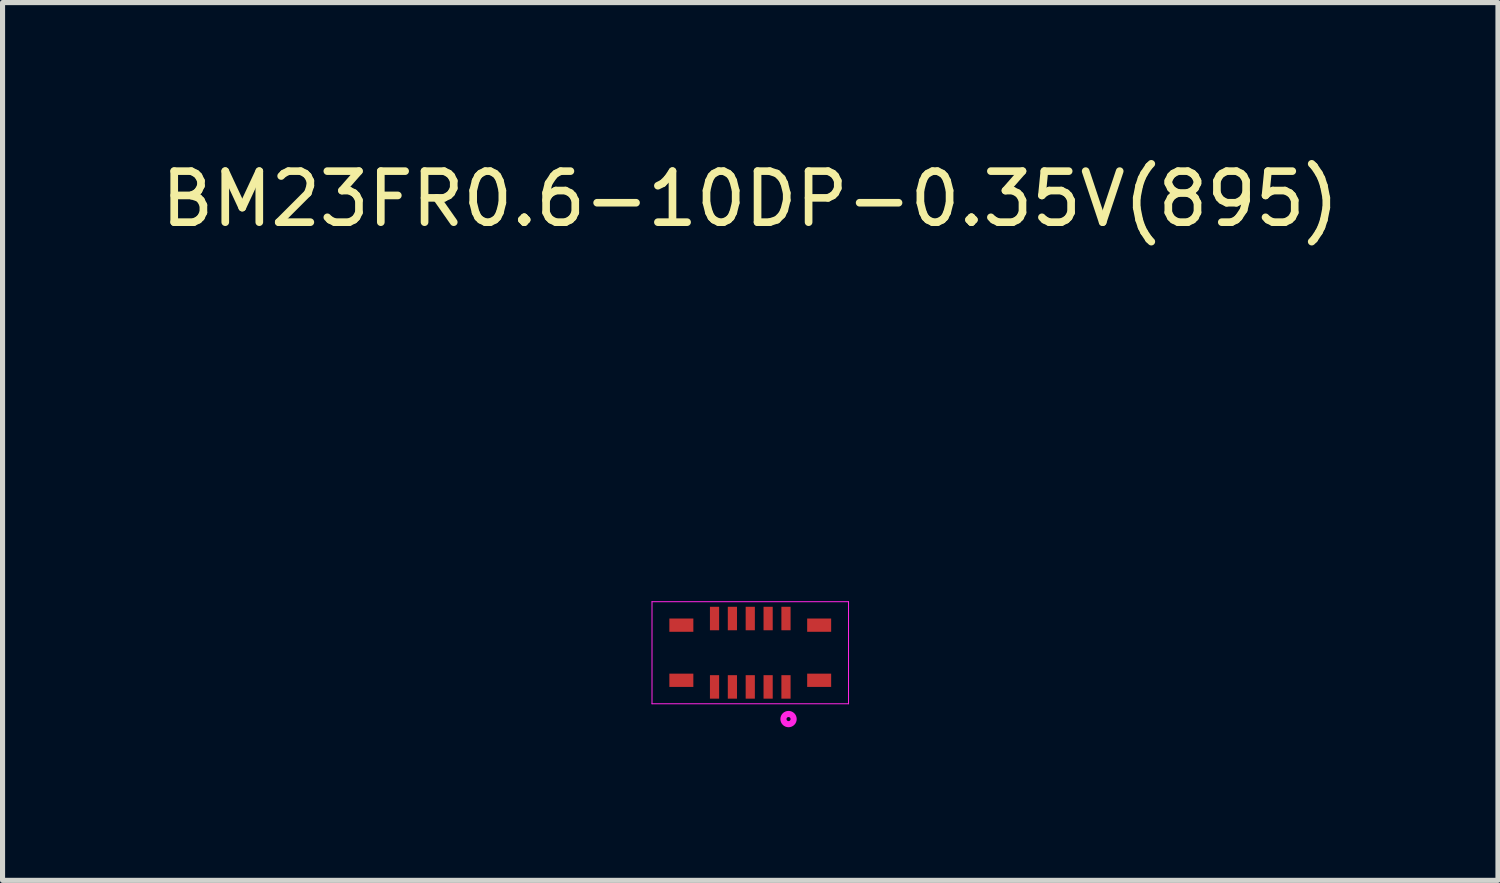
<source format=kicad_pcb>
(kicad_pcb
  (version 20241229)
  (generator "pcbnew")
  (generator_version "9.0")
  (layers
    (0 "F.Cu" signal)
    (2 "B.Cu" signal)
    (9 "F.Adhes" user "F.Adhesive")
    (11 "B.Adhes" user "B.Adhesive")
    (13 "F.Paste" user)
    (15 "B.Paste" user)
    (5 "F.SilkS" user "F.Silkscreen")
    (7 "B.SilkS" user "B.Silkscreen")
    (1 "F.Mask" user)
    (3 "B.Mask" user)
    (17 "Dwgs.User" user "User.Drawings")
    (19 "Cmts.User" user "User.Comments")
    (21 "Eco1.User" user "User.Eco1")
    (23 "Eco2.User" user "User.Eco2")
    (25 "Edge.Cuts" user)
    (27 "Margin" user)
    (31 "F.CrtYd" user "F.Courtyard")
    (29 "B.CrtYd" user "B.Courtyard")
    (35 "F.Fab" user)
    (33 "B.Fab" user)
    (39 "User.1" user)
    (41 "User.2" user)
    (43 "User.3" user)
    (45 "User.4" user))
  (footprint "BM23FR0.6-10DP-0.35V(895)"
    (layer "F.Cu")
    (at 11.649 9.738)
    (property "Reference" "BM23FR0.6-10DP-0.35V(895)" (at 0 -8.89 0) (layer "F.SilkS") (effects (font (size 1 1) (thickness 0.15))))
    (attr through_hole)
    (fp_line (start -1.925 -1) (end -1.925 1) (stroke (width 0.02) (type solid)) (layer "F.CrtYd"))
    (fp_line (start -1.925 -1) (end 1.925 -1) (stroke (width 0.02) (type solid)) (layer "F.CrtYd"))
    (fp_line (start -1.925 1) (end 1.925 1) (stroke (width 0.02) (type solid)) (layer "F.CrtYd"))
    (fp_line (start 1.925 1) (end 1.925 -1) (stroke (width 0.02) (type solid)) (layer "F.CrtYd"))
    (fp_circle (center 0.75 1.3) (end 0.85 1.3) (stroke (width 0.12) (type solid)) (fill no) (layer "F.CrtYd"))
    (pad "1" smd rect (at 0.7 0.67) (size 0.18 0.46) (layers "F.Cu" "F.Mask" "F.Paste"))
    (pad "2" smd rect (at 0.7 -0.67) (size 0.18 0.46) (layers "F.Cu" "F.Mask" "F.Paste"))
    (pad "3" smd rect (at 0.35 0.67) (size 0.18 0.46) (layers "F.Cu" "F.Mask" "F.Paste"))
    (pad "4" smd rect (at 0.35 -0.67) (size 0.18 0.46) (layers "F.Cu" "F.Mask" "F.Paste"))
    (pad "5" smd rect (at 0 0.67) (size 0.18 0.46) (layers "F.Cu" "F.Mask" "F.Paste"))
    (pad "6" smd rect (at 0 -0.67) (size 0.18 0.46) (layers "F.Cu" "F.Mask" "F.Paste"))
    (pad "7" smd rect (at -0.35 0.67) (size 0.18 0.46) (layers "F.Cu" "F.Mask" "F.Paste"))
    (pad "8" smd rect (at -0.35 -0.67) (size 0.18 0.46) (layers "F.Cu" "F.Mask" "F.Paste"))
    (pad "9" smd rect (at -0.7 0.67) (size 0.18 0.46) (layers "F.Cu" "F.Mask" "F.Paste"))
    (pad "10" smd rect (at -0.7 -0.67) (size 0.18 0.46) (layers "F.Cu" "F.Mask" "F.Paste"))
    (pad "M1" smd rect (at -1.35 0.54) (size 0.47 0.26) (layers "F.Cu" "F.Mask" "F.Paste"))
    (pad "M2" smd rect (at -1.35 -0.54) (size 0.47 0.26) (layers "F.Cu" "F.Mask" "F.Paste"))
    (pad "M3" smd rect (at 1.35 -0.54) (size 0.47 0.26) (layers "F.Cu" "F.Mask" "F.Paste"))
    (pad "M4" smd rect (at 1.35 0.54) (size 0.47 0.26) (layers "F.Cu" "F.Mask" "F.Paste")))
  (gr_rect
    (start -3 -3)
    (end 26.298 14.198)
    (stroke (width 0.1) (type default))
    (fill no)
    (layer "Edge.Cuts")))
</source>
